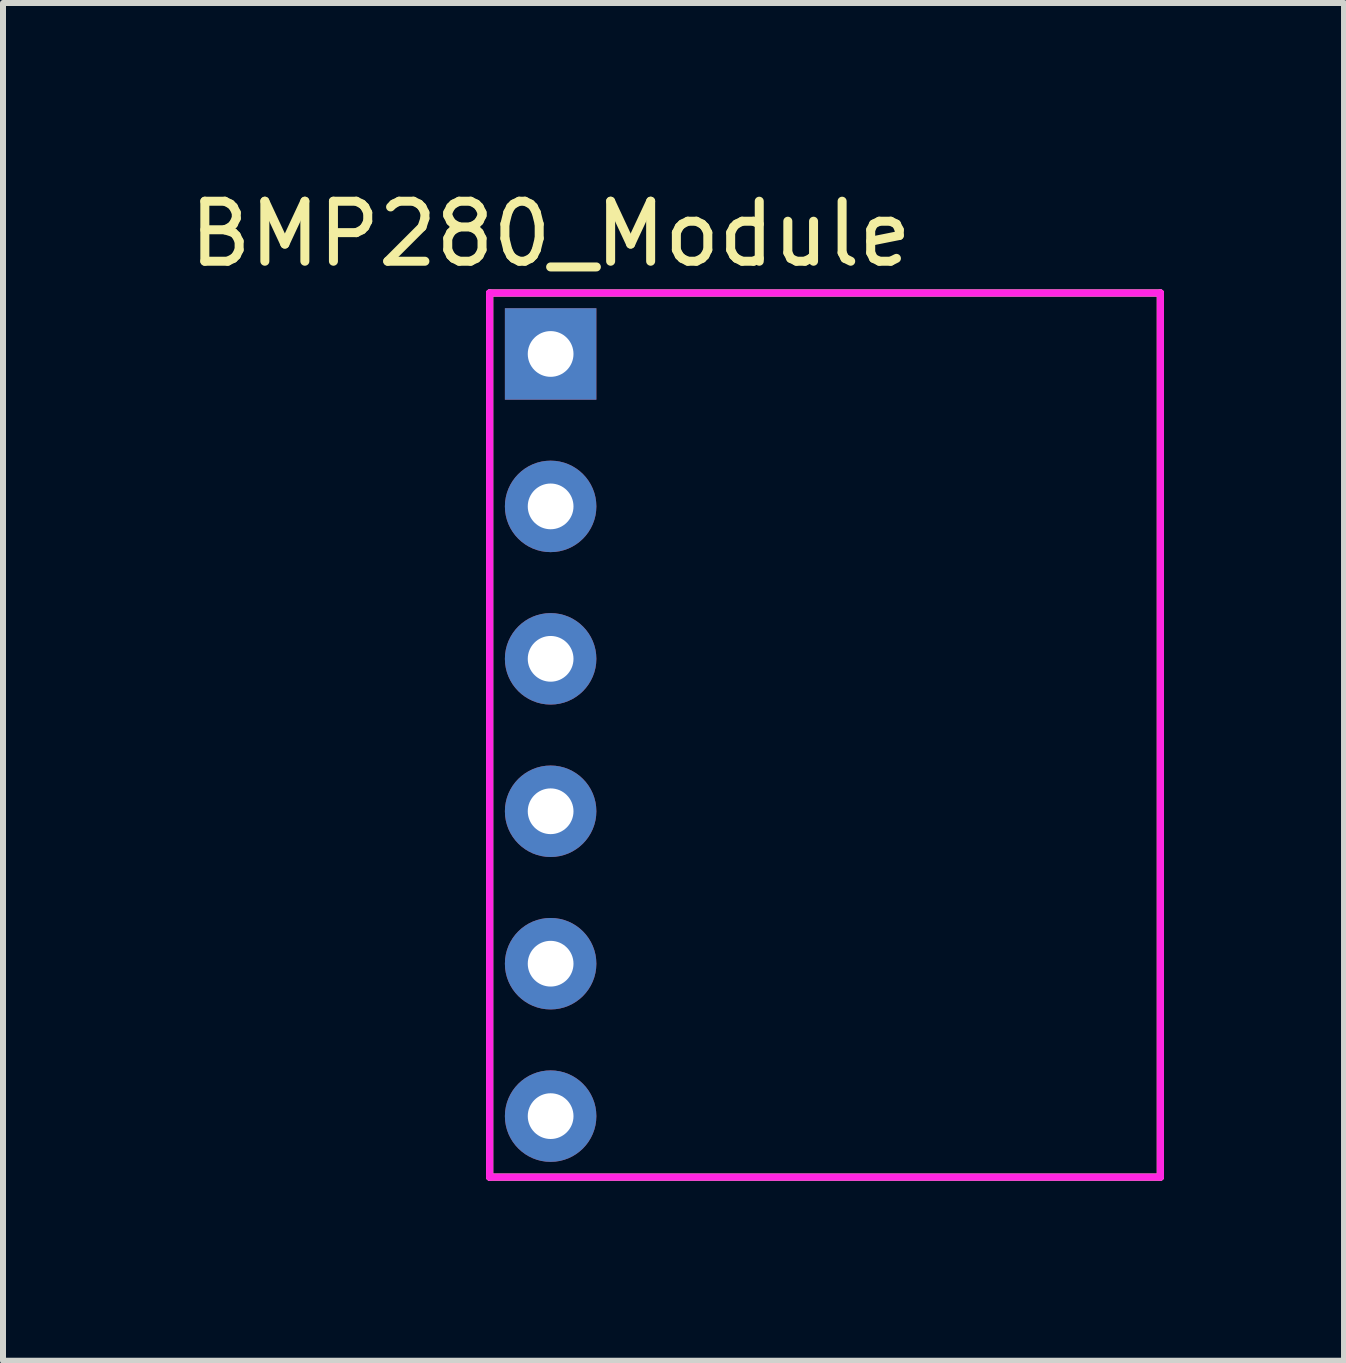
<source format=kicad_pcb>
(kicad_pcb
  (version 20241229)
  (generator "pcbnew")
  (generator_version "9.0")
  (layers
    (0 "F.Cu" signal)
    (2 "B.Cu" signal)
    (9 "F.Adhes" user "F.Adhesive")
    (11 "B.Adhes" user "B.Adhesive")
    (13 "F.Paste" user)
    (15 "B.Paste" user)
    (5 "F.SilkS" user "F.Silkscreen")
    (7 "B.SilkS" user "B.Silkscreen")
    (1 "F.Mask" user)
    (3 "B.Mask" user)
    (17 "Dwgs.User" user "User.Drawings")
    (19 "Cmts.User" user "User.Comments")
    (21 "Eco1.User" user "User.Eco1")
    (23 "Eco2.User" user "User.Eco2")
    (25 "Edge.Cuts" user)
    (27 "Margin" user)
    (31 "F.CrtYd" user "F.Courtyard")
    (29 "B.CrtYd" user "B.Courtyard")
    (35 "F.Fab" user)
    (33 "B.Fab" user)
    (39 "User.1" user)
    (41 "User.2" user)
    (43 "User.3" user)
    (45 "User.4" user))
  (footprint "BMP280_Module"
    (layer "F.Cu")
    (at 6.125 2.848)
    (property "Reference" "BMP280_Module" (at 0 -2 0) (layer "F.SilkS") (effects (font (size 1 1) (thickness 0.15))))
    (attr through_hole)
    (fp_line (start -1.016 -1.016) (end 10.16 -1.016) (stroke (width 0.12) (type solid)) (layer "F.SilkS"))
    (fp_line (start -1.016 13.716) (end -1.016 -1.016) (stroke (width 0.12) (type solid)) (layer "F.SilkS"))
    (fp_line (start 10.16 -1.016) (end 10.16 13.716) (stroke (width 0.12) (type solid)) (layer "F.SilkS"))
    (fp_line (start 10.16 13.716) (end -1.016 13.716) (stroke (width 0.12) (type solid)) (layer "F.SilkS"))
    (fp_line (start -1.016 -1.016) (end 10.16 -1.016) (stroke (width 0.12) (type solid)) (layer "F.CrtYd"))
    (fp_line (start -1.016 13.716) (end -1.016 -1.016) (stroke (width 0.12) (type solid)) (layer "F.CrtYd"))
    (fp_line (start 10.16 -1.016) (end 10.16 13.716) (stroke (width 0.12) (type solid)) (layer "F.CrtYd"))
    (fp_line (start 10.16 13.716) (end -1.016 13.716) (stroke (width 0.12) (type solid)) (layer "F.CrtYd"))
    (pad "1" thru_hole circle (at 0 12.7) (size 1.524 1.524) (drill 0.762) (layers "*.Cu" "*.Mask"))
    (pad "2" thru_hole circle (at 0 10.16) (size 1.524 1.524) (drill 0.762) (layers "*.Cu" "*.Mask"))
    (pad "3" thru_hole circle (at 0 7.62) (size 1.524 1.524) (drill 0.762) (layers "*.Cu" "*.Mask"))
    (pad "4" thru_hole circle (at 0 5.08) (size 1.524 1.524) (drill 0.762) (layers "*.Cu" "*.Mask"))
    (pad "5" thru_hole circle (at 0 2.54) (size 1.524 1.524) (drill 0.762) (layers "*.Cu" "*.Mask"))
    (pad "6" thru_hole rect (at 0 0) (size 1.524 1.524) (drill 0.762) (layers "*.Cu" "*.Mask")))
  (gr_rect
    (start -3 -3)
    (end 19.345 19.624)
    (stroke (width 0.1) (type default))
    (fill no)
    (layer "Edge.Cuts")))
</source>
